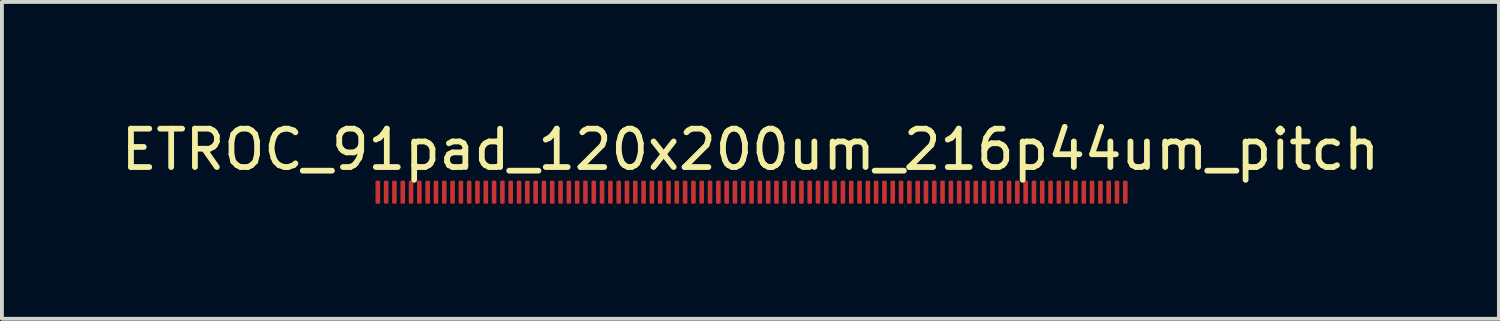
<source format=kicad_pcb>
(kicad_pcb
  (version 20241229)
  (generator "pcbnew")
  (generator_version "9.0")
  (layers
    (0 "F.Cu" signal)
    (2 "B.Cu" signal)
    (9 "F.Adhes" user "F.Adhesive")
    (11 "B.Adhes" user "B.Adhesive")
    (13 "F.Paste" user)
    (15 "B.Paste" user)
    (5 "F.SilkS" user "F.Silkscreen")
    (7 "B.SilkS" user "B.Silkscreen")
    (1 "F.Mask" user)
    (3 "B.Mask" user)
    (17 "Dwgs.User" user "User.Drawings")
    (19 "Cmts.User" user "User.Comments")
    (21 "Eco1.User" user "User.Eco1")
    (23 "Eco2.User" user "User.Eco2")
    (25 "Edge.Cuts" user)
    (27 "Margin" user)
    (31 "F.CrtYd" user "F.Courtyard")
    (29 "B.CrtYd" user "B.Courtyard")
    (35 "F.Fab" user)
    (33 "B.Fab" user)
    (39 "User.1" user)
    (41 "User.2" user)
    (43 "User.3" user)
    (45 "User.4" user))
  (footprint "ETROC_91pad_120x200um_216p44um_pitch"
    (layer "F.Cu")
    (at 16.536 1.958)
    (property "Reference" "ETROC_91pad_120x200um_216p44um_pitch" (at -0.03 -1.11 0) (layer "F.SilkS") (effects (font (size 1 1) (thickness 0.15))))
    (attr through_hole)
    (pad "1" smd roundrect (at -9.74 0) (size 0.12 0.6) (layers "F.Cu" "F.Mask" "F.Paste") (roundrect_rratio 0.25))
    (pad "2" smd roundrect (at -9.523 0) (size 0.12 0.6) (layers "F.Cu" "F.Mask" "F.Paste") (roundrect_rratio 0.25))
    (pad "3" smd roundrect (at -9.307 0) (size 0.12 0.6) (layers "F.Cu" "F.Mask" "F.Paste") (roundrect_rratio 0.25))
    (pad "4" smd roundrect (at -9.09 0) (size 0.12 0.6) (layers "F.Cu" "F.Mask" "F.Paste") (roundrect_rratio 0.25))
    (pad "5" smd roundrect (at -8.874 0) (size 0.12 0.6) (layers "F.Cu" "F.Mask" "F.Paste") (roundrect_rratio 0.25))
    (pad "6" smd roundrect (at -8.658 0) (size 0.12 0.6) (layers "F.Cu" "F.Mask" "F.Paste") (roundrect_rratio 0.25))
    (pad "7" smd roundrect (at -8.441 0) (size 0.12 0.6) (layers "F.Cu" "F.Mask" "F.Paste") (roundrect_rratio 0.25))
    (pad "8" smd roundrect (at -8.225 0) (size 0.12 0.6) (layers "F.Cu" "F.Mask" "F.Paste") (roundrect_rratio 0.25))
    (pad "9" smd roundrect (at -8.008 0) (size 0.12 0.6) (layers "F.Cu" "F.Mask" "F.Paste") (roundrect_rratio 0.25))
    (pad "10" smd roundrect (at -7.792 0) (size 0.12 0.6) (layers "F.Cu" "F.Mask" "F.Paste") (roundrect_rratio 0.25))
    (pad "11" smd roundrect (at -7.575 0) (size 0.12 0.6) (layers "F.Cu" "F.Mask" "F.Paste") (roundrect_rratio 0.25))
    (pad "12" smd roundrect (at -7.359 0) (size 0.12 0.6) (layers "F.Cu" "F.Mask" "F.Paste") (roundrect_rratio 0.25))
    (pad "13" smd roundrect (at -7.143 0) (size 0.12 0.6) (layers "F.Cu" "F.Mask" "F.Paste") (roundrect_rratio 0.25))
    (pad "14" smd roundrect (at -6.926 0) (size 0.12 0.6) (layers "F.Cu" "F.Mask" "F.Paste") (roundrect_rratio 0.25))
    (pad "15" smd roundrect (at -6.71 0) (size 0.12 0.6) (layers "F.Cu" "F.Mask" "F.Paste") (roundrect_rratio 0.25))
    (pad "16" smd roundrect (at -6.493 0) (size 0.12 0.6) (layers "F.Cu" "F.Mask" "F.Paste") (roundrect_rratio 0.25))
    (pad "17" smd roundrect (at -6.277 0) (size 0.12 0.6) (layers "F.Cu" "F.Mask" "F.Paste") (roundrect_rratio 0.25))
    (pad "18" smd roundrect (at -6.06 0) (size 0.12 0.6) (layers "F.Cu" "F.Mask" "F.Paste") (roundrect_rratio 0.25))
    (pad "19" smd roundrect (at -5.844 0) (size 0.12 0.6) (layers "F.Cu" "F.Mask" "F.Paste") (roundrect_rratio 0.25))
    (pad "20" smd roundrect (at -5.627 0) (size 0.12 0.6) (layers "F.Cu" "F.Mask" "F.Paste") (roundrect_rratio 0.25))
    (pad "21" smd roundrect (at -5.411 0) (size 0.12 0.6) (layers "F.Cu" "F.Mask" "F.Paste") (roundrect_rratio 0.25))
    (pad "22" smd roundrect (at -5.195 0) (size 0.12 0.6) (layers "F.Cu" "F.Mask" "F.Paste") (roundrect_rratio 0.25))
    (pad "23" smd roundrect (at -4.978 0) (size 0.12 0.6) (layers "F.Cu" "F.Mask" "F.Paste") (roundrect_rratio 0.25))
    (pad "24" smd roundrect (at -4.762 0) (size 0.12 0.6) (layers "F.Cu" "F.Mask" "F.Paste") (roundrect_rratio 0.25))
    (pad "25" smd roundrect (at -4.545 0) (size 0.12 0.6) (layers "F.Cu" "F.Mask" "F.Paste") (roundrect_rratio 0.25))
    (pad "26" smd roundrect (at -4.329 0) (size 0.12 0.6) (layers "F.Cu" "F.Mask" "F.Paste") (roundrect_rratio 0.25))
    (pad "27" smd roundrect (at -4.112 0) (size 0.12 0.6) (layers "F.Cu" "F.Mask" "F.Paste") (roundrect_rratio 0.25))
    (pad "28" smd roundrect (at -3.896 0) (size 0.12 0.6) (layers "F.Cu" "F.Mask" "F.Paste") (roundrect_rratio 0.25))
    (pad "29" smd roundrect (at -3.679 0) (size 0.12 0.6) (layers "F.Cu" "F.Mask" "F.Paste") (roundrect_rratio 0.25))
    (pad "30" smd roundrect (at -3.463 0) (size 0.12 0.6) (layers "F.Cu" "F.Mask" "F.Paste") (roundrect_rratio 0.25))
    (pad "31" smd roundrect (at -3.247 0) (size 0.12 0.6) (layers "F.Cu" "F.Mask" "F.Paste") (roundrect_rratio 0.25))
    (pad "32" smd roundrect (at -3.03 0) (size 0.12 0.6) (layers "F.Cu" "F.Mask" "F.Paste") (roundrect_rratio 0.25))
    (pad "33" smd roundrect (at -2.814 0) (size 0.12 0.6) (layers "F.Cu" "F.Mask" "F.Paste") (roundrect_rratio 0.25))
    (pad "34" smd roundrect (at -2.597 0) (size 0.12 0.6) (layers "F.Cu" "F.Mask" "F.Paste") (roundrect_rratio 0.25))
    (pad "35" smd roundrect (at -2.381 0) (size 0.12 0.6) (layers "F.Cu" "F.Mask" "F.Paste") (roundrect_rratio 0.25))
    (pad "36" smd roundrect (at -2.164 0) (size 0.12 0.6) (layers "F.Cu" "F.Mask" "F.Paste") (roundrect_rratio 0.25))
    (pad "37" smd roundrect (at -1.948 0) (size 0.12 0.6) (layers "F.Cu" "F.Mask" "F.Paste") (roundrect_rratio 0.25))
    (pad "38" smd roundrect (at -1.732 0) (size 0.12 0.6) (layers "F.Cu" "F.Mask" "F.Paste") (roundrect_rratio 0.25))
    (pad "39" smd roundrect (at -1.515 0) (size 0.12 0.6) (layers "F.Cu" "F.Mask" "F.Paste") (roundrect_rratio 0.25))
    (pad "40" smd roundrect (at -1.299 0) (size 0.12 0.6) (layers "F.Cu" "F.Mask" "F.Paste") (roundrect_rratio 0.25))
    (pad "41" smd roundrect (at -1.082 0) (size 0.12 0.6) (layers "F.Cu" "F.Mask" "F.Paste") (roundrect_rratio 0.25))
    (pad "42" smd roundrect (at -0.866 0) (size 0.12 0.6) (layers "F.Cu" "F.Mask" "F.Paste") (roundrect_rratio 0.25))
    (pad "43" smd roundrect (at -0.649 0) (size 0.12 0.6) (layers "F.Cu" "F.Mask" "F.Paste") (roundrect_rratio 0.25))
    (pad "44" smd roundrect (at -0.433 0) (size 0.12 0.6) (layers "F.Cu" "F.Mask" "F.Paste") (roundrect_rratio 0.25))
    (pad "45" smd roundrect (at -0.216 0) (size 0.12 0.6) (layers "F.Cu" "F.Mask" "F.Paste") (roundrect_rratio 0.25))
    (pad "46" smd roundrect (at 0 0) (size 0.12 0.6) (layers "F.Cu" "F.Mask" "F.Paste") (roundrect_rratio 0.25))
    (pad "47" smd roundrect (at 0.216 0) (size 0.12 0.6) (layers "F.Cu" "F.Mask" "F.Paste") (roundrect_rratio 0.25))
    (pad "48" smd roundrect (at 0.433 0) (size 0.12 0.6) (layers "F.Cu" "F.Mask" "F.Paste") (roundrect_rratio 0.25))
    (pad "49" smd roundrect (at 0.649 0) (size 0.12 0.6) (layers "F.Cu" "F.Mask" "F.Paste") (roundrect_rratio 0.25))
    (pad "50" smd roundrect (at 0.866 0) (size 0.12 0.6) (layers "F.Cu" "F.Mask" "F.Paste") (roundrect_rratio 0.25))
    (pad "51" smd roundrect (at 1.082 0) (size 0.12 0.6) (layers "F.Cu" "F.Mask" "F.Paste") (roundrect_rratio 0.25))
    (pad "52" smd roundrect (at 1.299 0) (size 0.12 0.6) (layers "F.Cu" "F.Mask" "F.Paste") (roundrect_rratio 0.25))
    (pad "53" smd roundrect (at 1.515 0) (size 0.12 0.6) (layers "F.Cu" "F.Mask" "F.Paste") (roundrect_rratio 0.25))
    (pad "54" smd roundrect (at 1.732 0) (size 0.12 0.6) (layers "F.Cu" "F.Mask" "F.Paste") (roundrect_rratio 0.25))
    (pad "55" smd roundrect (at 1.948 0) (size 0.12 0.6) (layers "F.Cu" "F.Mask" "F.Paste") (roundrect_rratio 0.25))
    (pad "56" smd roundrect (at 2.164 0) (size 0.12 0.6) (layers "F.Cu" "F.Mask" "F.Paste") (roundrect_rratio 0.25))
    (pad "57" smd roundrect (at 2.381 0) (size 0.12 0.6) (layers "F.Cu" "F.Mask" "F.Paste") (roundrect_rratio 0.25))
    (pad "58" smd roundrect (at 2.597 0) (size 0.12 0.6) (layers "F.Cu" "F.Mask" "F.Paste") (roundrect_rratio 0.25))
    (pad "59" smd roundrect (at 2.814 0) (size 0.12 0.6) (layers "F.Cu" "F.Mask" "F.Paste") (roundrect_rratio 0.25))
    (pad "60" smd roundrect (at 3.03 0) (size 0.12 0.6) (layers "F.Cu" "F.Mask" "F.Paste") (roundrect_rratio 0.25))
    (pad "61" smd roundrect (at 3.247 0) (size 0.12 0.6) (layers "F.Cu" "F.Mask" "F.Paste") (roundrect_rratio 0.25))
    (pad "62" smd roundrect (at 3.463 0) (size 0.12 0.6) (layers "F.Cu" "F.Mask" "F.Paste") (roundrect_rratio 0.25))
    (pad "63" smd roundrect (at 3.679 0) (size 0.12 0.6) (layers "F.Cu" "F.Mask" "F.Paste") (roundrect_rratio 0.25))
    (pad "64" smd roundrect (at 3.896 0) (size 0.12 0.6) (layers "F.Cu" "F.Mask" "F.Paste") (roundrect_rratio 0.25))
    (pad "65" smd roundrect (at 4.112 0) (size 0.12 0.6) (layers "F.Cu" "F.Mask" "F.Paste") (roundrect_rratio 0.25))
    (pad "66" smd roundrect (at 4.329 0) (size 0.12 0.6) (layers "F.Cu" "F.Mask" "F.Paste") (roundrect_rratio 0.25))
    (pad "67" smd roundrect (at 4.545 0) (size 0.12 0.6) (layers "F.Cu" "F.Mask" "F.Paste") (roundrect_rratio 0.25))
    (pad "68" smd roundrect (at 4.762 0) (size 0.12 0.6) (layers "F.Cu" "F.Mask" "F.Paste") (roundrect_rratio 0.25))
    (pad "69" smd roundrect (at 4.978 0) (size 0.12 0.6) (layers "F.Cu" "F.Mask" "F.Paste") (roundrect_rratio 0.25))
    (pad "70" smd roundrect (at 5.195 0) (size 0.12 0.6) (layers "F.Cu" "F.Mask" "F.Paste") (roundrect_rratio 0.25))
    (pad "71" smd roundrect (at 5.411 0) (size 0.12 0.6) (layers "F.Cu" "F.Mask" "F.Paste") (roundrect_rratio 0.25))
    (pad "72" smd roundrect (at 5.627 0) (size 0.12 0.6) (layers "F.Cu" "F.Mask" "F.Paste") (roundrect_rratio 0.25))
    (pad "73" smd roundrect (at 5.844 0) (size 0.12 0.6) (layers "F.Cu" "F.Mask" "F.Paste") (roundrect_rratio 0.25))
    (pad "74" smd roundrect (at 6.06 0) (size 0.12 0.6) (layers "F.Cu" "F.Mask" "F.Paste") (roundrect_rratio 0.25))
    (pad "75" smd roundrect (at 6.277 0) (size 0.12 0.6) (layers "F.Cu" "F.Mask" "F.Paste") (roundrect_rratio 0.25))
    (pad "76" smd roundrect (at 6.493 0) (size 0.12 0.6) (layers "F.Cu" "F.Mask" "F.Paste") (roundrect_rratio 0.25))
    (pad "77" smd roundrect (at 6.71 0) (size 0.12 0.6) (layers "F.Cu" "F.Mask" "F.Paste") (roundrect_rratio 0.25))
    (pad "78" smd roundrect (at 6.926 0) (size 0.12 0.6) (layers "F.Cu" "F.Mask" "F.Paste") (roundrect_rratio 0.25))
    (pad "79" smd roundrect (at 7.143 0) (size 0.12 0.6) (layers "F.Cu" "F.Mask" "F.Paste") (roundrect_rratio 0.25))
    (pad "80" smd roundrect (at 7.359 0) (size 0.12 0.6) (layers "F.Cu" "F.Mask" "F.Paste") (roundrect_rratio 0.25))
    (pad "81" smd roundrect (at 7.575 0) (size 0.12 0.6) (layers "F.Cu" "F.Mask" "F.Paste") (roundrect_rratio 0.25))
    (pad "82" smd roundrect (at 7.792 0) (size 0.12 0.6) (layers "F.Cu" "F.Mask" "F.Paste") (roundrect_rratio 0.25))
    (pad "83" smd roundrect (at 8.008 0) (size 0.12 0.6) (layers "F.Cu" "F.Mask" "F.Paste") (roundrect_rratio 0.25))
    (pad "84" smd roundrect (at 8.225 0) (size 0.12 0.6) (layers "F.Cu" "F.Mask" "F.Paste") (roundrect_rratio 0.25))
    (pad "85" smd roundrect (at 8.441 0) (size 0.12 0.6) (layers "F.Cu" "F.Mask" "F.Paste") (roundrect_rratio 0.25))
    (pad "86" smd roundrect (at 8.658 0) (size 0.12 0.6) (layers "F.Cu" "F.Mask" "F.Paste") (roundrect_rratio 0.25))
    (pad "87" smd roundrect (at 8.874 0) (size 0.12 0.6) (layers "F.Cu" "F.Mask" "F.Paste") (roundrect_rratio 0.25))
    (pad "88" smd roundrect (at 9.09 0) (size 0.12 0.6) (layers "F.Cu" "F.Mask" "F.Paste") (roundrect_rratio 0.25))
    (pad "89" smd roundrect (at 9.307 0) (size 0.12 0.6) (layers "F.Cu" "F.Mask" "F.Paste") (roundrect_rratio 0.25))
    (pad "90" smd roundrect (at 9.523 0) (size 0.12 0.6) (layers "F.Cu" "F.Mask" "F.Paste") (roundrect_rratio 0.25))
    (pad "91" smd roundrect (at 9.74 0) (size 0.12 0.6) (layers "F.Cu" "F.Mask" "F.Paste") (roundrect_rratio 0.25)))
  (gr_rect
    (start -3 -3)
    (end 36.012 5.258)
    (stroke (width 0.1) (type default))
    (fill no)
    (layer "Edge.Cuts")))
</source>
